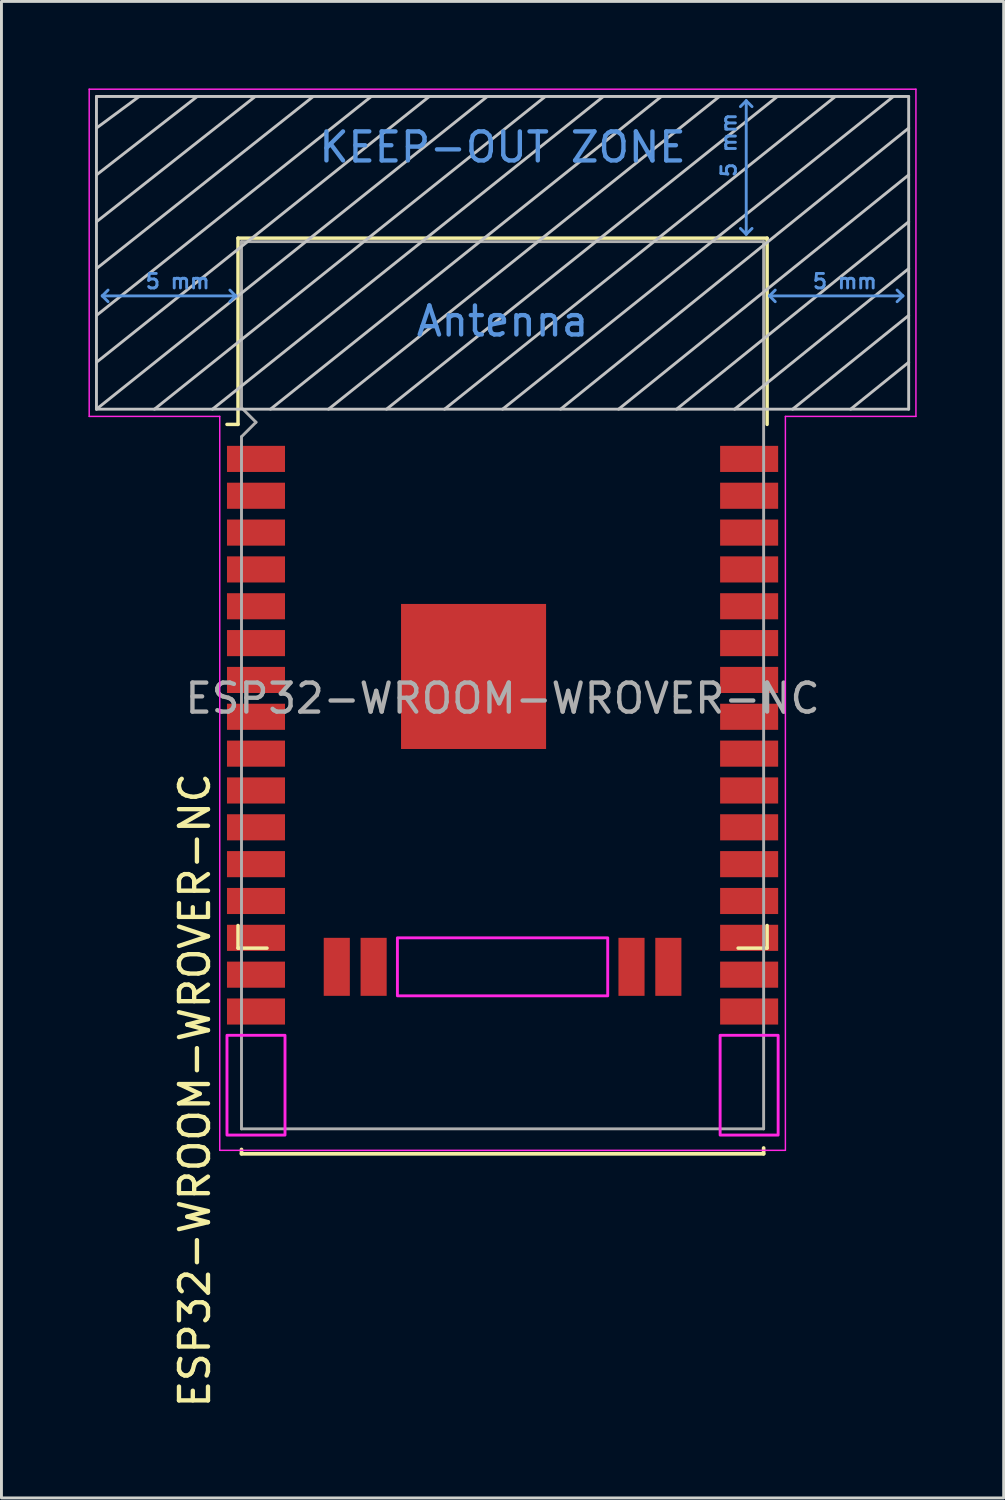
<source format=kicad_pcb>
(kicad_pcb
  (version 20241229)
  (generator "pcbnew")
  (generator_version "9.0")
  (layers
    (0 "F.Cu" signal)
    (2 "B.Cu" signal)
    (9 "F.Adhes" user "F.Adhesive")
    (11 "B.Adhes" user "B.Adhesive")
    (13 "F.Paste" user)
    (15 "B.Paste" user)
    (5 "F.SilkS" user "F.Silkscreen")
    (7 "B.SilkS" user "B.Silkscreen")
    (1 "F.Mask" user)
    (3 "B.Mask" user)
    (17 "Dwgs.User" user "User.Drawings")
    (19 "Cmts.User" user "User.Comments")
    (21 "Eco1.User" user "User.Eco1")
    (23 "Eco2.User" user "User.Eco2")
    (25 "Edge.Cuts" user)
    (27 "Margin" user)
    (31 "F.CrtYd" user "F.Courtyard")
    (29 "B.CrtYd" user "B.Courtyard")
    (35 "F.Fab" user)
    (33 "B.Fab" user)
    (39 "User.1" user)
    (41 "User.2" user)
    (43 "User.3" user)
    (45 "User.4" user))
  (footprint "ESP32-WROOM-WROVER-NC"
    (layer "F.Cu")
    (at 14.275 21.025)
    (property "Reference" "ESP32-WROOM-WROVER-NC" (at -10.61 13.51 90) (layer "F.SilkS") (effects (font (size 1 1) (thickness 0.15))))
    (attr smd)
    (fp_line (start -9.12 -15.865) (end -9.12 -9.445) (stroke (width 0.12) (type solid)) (layer "F.SilkS"))
    (fp_line (start -9.12 -15.865) (end 9.12 -15.865) (stroke (width 0.12) (type solid)) (layer "F.SilkS"))
    (fp_line (start -9.12 -9.445) (end -9.5 -9.445) (stroke (width 0.12) (type solid)) (layer "F.SilkS"))
    (fp_line (start -9.12 7.83) (end -9.12 8.61) (stroke (width 0.12) (type solid)) (layer "F.SilkS"))
    (fp_line (start -9.12 8.61) (end -8.12 8.61) (stroke (width 0.12) (type solid)) (layer "F.SilkS"))
    (fp_line (start -9 15.55) (end -9 15.7) (stroke (width 0.127) (type solid)) (layer "F.SilkS"))
    (fp_line (start -9 15.7) (end 9 15.7) (stroke (width 0.127) (type solid)) (layer "F.SilkS"))
    (fp_line (start 9 15.7) (end 9 15.5) (stroke (width 0.127) (type solid)) (layer "F.SilkS"))
    (fp_line (start 9.12 -15.865) (end 9.12 -9.445) (stroke (width 0.12) (type solid)) (layer "F.SilkS"))
    (fp_line (start 9.12 7.83) (end 9.12 8.61) (stroke (width 0.12) (type solid)) (layer "F.SilkS"))
    (fp_line (start 9.12 8.61) (end 8.12 8.61) (stroke (width 0.12) (type solid)) (layer "F.SilkS"))
    (fp_line (start -14 -9.97) (end -14 -20.75) (stroke (width 0.1) (type solid)) (layer "Dwgs.User"))
    (fp_line (start -12.525 -20.75) (end -14 -19.66) (stroke (width 0.1) (type solid)) (layer "Dwgs.User"))
    (fp_line (start -10.525 -20.75) (end -14 -18.045) (stroke (width 0.1) (type solid)) (layer "Dwgs.User"))
    (fp_line (start -8.525 -20.75) (end -14 -16.43) (stroke (width 0.1) (type solid)) (layer "Dwgs.User"))
    (fp_line (start -8 -9.97) (end 5.475 -20.75) (stroke (width 0.1) (type solid)) (layer "Dwgs.User"))
    (fp_line (start -6.525 -20.75) (end -14 -14.815) (stroke (width 0.1) (type solid)) (layer "Dwgs.User"))
    (fp_line (start -4.525 -20.75) (end -14 -13.2) (stroke (width 0.1) (type solid)) (layer "Dwgs.User"))
    (fp_line (start -2.525 -20.75) (end -14 -11.585) (stroke (width 0.1) (type solid)) (layer "Dwgs.User"))
    (fp_line (start -0.525 -20.75) (end -14 -9.97) (stroke (width 0.1) (type solid)) (layer "Dwgs.User"))
    (fp_line (start 1.475 -20.75) (end -12 -9.97) (stroke (width 0.1) (type solid)) (layer "Dwgs.User"))
    (fp_line (start 3.475 -20.75) (end -10 -9.97) (stroke (width 0.1) (type solid)) (layer "Dwgs.User"))
    (fp_line (start 7.475 -20.75) (end -6 -9.97) (stroke (width 0.1) (type solid)) (layer "Dwgs.User"))
    (fp_line (start 9.475 -20.75) (end -4 -9.97) (stroke (width 0.1) (type solid)) (layer "Dwgs.User"))
    (fp_line (start 11.475 -20.75) (end -2 -9.97) (stroke (width 0.1) (type solid)) (layer "Dwgs.User"))
    (fp_line (start 13.475 -20.75) (end 0 -9.97) (stroke (width 0.1) (type solid)) (layer "Dwgs.User"))
    (fp_line (start 14 -20.75) (end -14 -20.75) (stroke (width 0.1) (type solid)) (layer "Dwgs.User"))
    (fp_line (start 14 -19.66) (end 2 -9.97) (stroke (width 0.1) (type solid)) (layer "Dwgs.User"))
    (fp_line (start 14 -18.045) (end 4 -9.97) (stroke (width 0.1) (type solid)) (layer "Dwgs.User"))
    (fp_line (start 14 -16.43) (end 6 -9.97) (stroke (width 0.1) (type solid)) (layer "Dwgs.User"))
    (fp_line (start 14 -14.815) (end 8 -9.97) (stroke (width 0.1) (type solid)) (layer "Dwgs.User"))
    (fp_line (start 14 -13.2) (end 10 -9.97) (stroke (width 0.1) (type solid)) (layer "Dwgs.User"))
    (fp_line (start 14 -11.585) (end 12 -9.97) (stroke (width 0.1) (type solid)) (layer "Dwgs.User"))
    (fp_line (start 14 -9.97) (end -14 -9.97) (stroke (width 0.1) (type solid)) (layer "Dwgs.User"))
    (fp_line (start 14 -9.97) (end 14 -20.75) (stroke (width 0.1) (type solid)) (layer "Dwgs.User"))
    (fp_line (start -13.8 -13.875) (end -13.6 -14.075) (stroke (width 0.1) (type solid)) (layer "Cmts.User"))
    (fp_line (start -13.8 -13.875) (end -13.6 -13.675) (stroke (width 0.1) (type solid)) (layer "Cmts.User"))
    (fp_line (start -13.8 -13.875) (end -9.2 -13.875) (stroke (width 0.1) (type solid)) (layer "Cmts.User"))
    (fp_line (start -9.2 -13.875) (end -9.4 -14.075) (stroke (width 0.1) (type solid)) (layer "Cmts.User"))
    (fp_line (start -9.2 -13.875) (end -9.4 -13.675) (stroke (width 0.1) (type solid)) (layer "Cmts.User"))
    (fp_line (start 8.4 -20.6) (end 8.2 -20.4) (stroke (width 0.1) (type solid)) (layer "Cmts.User"))
    (fp_line (start 8.4 -20.6) (end 8.6 -20.4) (stroke (width 0.1) (type solid)) (layer "Cmts.User"))
    (fp_line (start 8.4 -16) (end 8.2 -16.2) (stroke (width 0.1) (type solid)) (layer "Cmts.User"))
    (fp_line (start 8.4 -16) (end 8.4 -20.6) (stroke (width 0.1) (type solid)) (layer "Cmts.User"))
    (fp_line (start 8.4 -16) (end 8.6 -16.2) (stroke (width 0.1) (type solid)) (layer "Cmts.User"))
    (fp_line (start 9.2 -13.875) (end 9.4 -14.075) (stroke (width 0.1) (type solid)) (layer "Cmts.User"))
    (fp_line (start 9.2 -13.875) (end 9.4 -13.675) (stroke (width 0.1) (type solid)) (layer "Cmts.User"))
    (fp_line (start 9.2 -13.875) (end 13.8 -13.875) (stroke (width 0.1) (type solid)) (layer "Cmts.User"))
    (fp_line (start 13.8 -13.875) (end 13.6 -14.075) (stroke (width 0.1) (type solid)) (layer "Cmts.User"))
    (fp_line (start 13.8 -13.875) (end 13.6 -13.675) (stroke (width 0.1) (type solid)) (layer "Cmts.User"))
    (fp_line (start -14.25 -21) (end -14.25 -9.72) (stroke (width 0.05) (type solid)) (layer "F.CrtYd"))
    (fp_line (start -14.25 -21) (end 14.25 -21) (stroke (width 0.05) (type solid)) (layer "F.CrtYd"))
    (fp_line (start -14.25 -9.72) (end -9.75 -9.72) (stroke (width 0.05) (type solid)) (layer "F.CrtYd"))
    (fp_line (start -9.75 15.58) (end -9.75 -9.72) (stroke (width 0.05) (type solid)) (layer "F.CrtYd"))
    (fp_line (start -9.75 15.58) (end 9.75 15.58) (stroke (width 0.05) (type solid)) (layer "F.CrtYd"))
    (fp_line (start 9.75 -9.72) (end 9.75 15.58) (stroke (width 0.05) (type solid)) (layer "F.CrtYd"))
    (fp_line (start 9.75 -9.72) (end 14.25 -9.72) (stroke (width 0.05) (type solid)) (layer "F.CrtYd"))
    (fp_line (start 14.25 -21) (end 14.25 -9.72) (stroke (width 0.05) (type solid)) (layer "F.CrtYd"))
    (fp_poly (pts (xy -7.5 15.055) (xy -9.5 15.055) (xy -9.5 11.615) (xy -7.5 11.615)) (stroke (width 0.1) (type solid)) (fill no) (layer "F.CrtYd"))
    (fp_poly (pts (xy 3.625 10.255) (xy -3.625 10.255) (xy -3.625 8.255) (xy 3.625 8.255)) (stroke (width 0.1) (type solid)) (fill no) (layer "F.CrtYd"))
    (fp_poly (pts (xy 9.5 15.055) (xy 7.5 15.055) (xy 7.5 11.615) (xy 9.5 11.615)) (stroke (width 0.1) (type solid)) (fill no) (layer "F.CrtYd"))
    (fp_line (start -9 -15.745) (end -9 -10.02) (stroke (width 0.1) (type solid)) (layer "F.Fab"))
    (fp_line (start -9 -15.745) (end 9 -15.745) (stroke (width 0.1) (type solid)) (layer "F.Fab"))
    (fp_line (start -9 -9.02) (end -9 14.84) (stroke (width 0.1) (type solid)) (layer "F.Fab"))
    (fp_line (start -9 -9.02) (end -8.5 -9.52) (stroke (width 0.1) (type solid)) (layer "F.Fab"))
    (fp_line (start -9 14.84) (end 9 14.84) (stroke (width 0.1) (type solid)) (layer "F.Fab"))
    (fp_line (start -8.5 -9.52) (end -9 -10.02) (stroke (width 0.1) (type solid)) (layer "F.Fab"))
    (fp_line (start 9 14.84) (end 9 -15.745) (stroke (width 0.1) (type solid)) (layer "F.Fab"))
    (fp_text user "Antenna" (at 0 -13 0) (layer "Cmts.User") (effects (font (size 1 1) (thickness 0.15))))
    (fp_text user "5 mm" (at 11.8 -14.375 0) (layer "Cmts.User") (effects (font (size 0.5 0.5) (thickness 0.1))))
    (fp_text user "5 mm" (at -11.2 -14.375 0) (layer "Cmts.User") (effects (font (size 0.5 0.5) (thickness 0.1))))
    (fp_text user "KEEP-OUT ZONE" (at 0 -19 0) (layer "Cmts.User") (effects (font (size 1 1) (thickness 0.15))))
    (fp_text user "5 mm" (at 7.8 -19.075 90) (layer "Cmts.User") (effects (font (size 0.5 0.5) (thickness 0.1))))
    (fp_text user "${REFERENCE}" (at 0 0 0) (layer "F.Fab") (effects (font (size 1 1) (thickness 0.15))))
    (pad "1" smd rect (at -8.5 -8.255) (size 2 0.9) (layers "F.Cu" "F.Mask" "F.Paste"))
    (pad "2" smd rect (at -8.5 -6.985) (size 2 0.9) (layers "F.Cu" "F.Mask" "F.Paste"))
    (pad "3" smd rect (at -8.5 -5.715) (size 2 0.9) (layers "F.Cu" "F.Mask" "F.Paste"))
    (pad "4" smd rect (at -8.5 -4.445) (size 2 0.9) (layers "F.Cu" "F.Mask" "F.Paste"))
    (pad "5" smd rect (at -8.5 -3.175) (size 2 0.9) (layers "F.Cu" "F.Mask" "F.Paste"))
    (pad "6" smd rect (at -8.5 -1.905) (size 2 0.9) (layers "F.Cu" "F.Mask" "F.Paste"))
    (pad "7" smd rect (at -8.5 -0.635) (size 2 0.9) (layers "F.Cu" "F.Mask" "F.Paste"))
    (pad "8" smd rect (at -8.5 0.635) (size 2 0.9) (layers "F.Cu" "F.Mask" "F.Paste"))
    (pad "9" smd rect (at -8.5 1.905) (size 2 0.9) (layers "F.Cu" "F.Mask" "F.Paste"))
    (pad "10" smd rect (at -8.5 3.175) (size 2 0.9) (layers "F.Cu" "F.Mask" "F.Paste"))
    (pad "11" smd rect (at -8.5 4.445) (size 2 0.9) (layers "F.Cu" "F.Mask" "F.Paste"))
    (pad "12" smd rect (at -8.5 5.715) (size 2 0.9) (layers "F.Cu" "F.Mask" "F.Paste"))
    (pad "13" smd rect (at -8.5 6.985) (size 2 0.9) (layers "F.Cu" "F.Mask" "F.Paste"))
    (pad "14" smd rect (at -8.5 8.255) (size 2 0.9) (layers "F.Cu" "F.Mask" "F.Paste"))
    (pad "15" smd rect (at -8.5 9.525) (size 2 0.9) (layers "F.Cu" "F.Mask" "F.Paste"))
    (pad "15" smd rect (at -5.715 9.255 90) (size 2 0.9) (layers "F.Cu" "F.Mask" "F.Paste"))
    (pad "16" smd rect (at -8.5 10.795) (size 2 0.9) (layers "F.Cu" "F.Mask" "F.Paste"))
    (pad "16" smd rect (at -4.445 9.255 90) (size 2 0.9) (layers "F.Cu" "F.Mask" "F.Paste"))
    (pad "23" smd rect (at 4.445 9.255 90) (size 2 0.9) (layers "F.Cu" "F.Mask" "F.Paste"))
    (pad "23" smd rect (at 8.5 10.795) (size 2 0.9) (layers "F.Cu" "F.Mask" "F.Paste"))
    (pad "24" smd rect (at 5.715 9.255 90) (size 2 0.9) (layers "F.Cu" "F.Mask" "F.Paste"))
    (pad "24" smd rect (at 8.5 9.525) (size 2 0.9) (layers "F.Cu" "F.Mask" "F.Paste"))
    (pad "25" smd rect (at 8.5 8.255) (size 2 0.9) (layers "F.Cu" "F.Mask" "F.Paste"))
    (pad "26" smd rect (at 8.5 6.985) (size 2 0.9) (layers "F.Cu" "F.Mask" "F.Paste"))
    (pad "27" smd rect (at 8.5 5.715) (size 2 0.9) (layers "F.Cu" "F.Mask" "F.Paste"))
    (pad "28" smd rect (at 8.5 4.445) (size 2 0.9) (layers "F.Cu" "F.Mask" "F.Paste"))
    (pad "29" smd rect (at 8.5 3.175) (size 2 0.9) (layers "F.Cu" "F.Mask" "F.Paste"))
    (pad "30" smd rect (at 8.5 1.905) (size 2 0.9) (layers "F.Cu" "F.Mask" "F.Paste"))
    (pad "31" smd rect (at 8.5 0.635) (size 2 0.9) (layers "F.Cu" "F.Mask" "F.Paste"))
    (pad "32" smd rect (at 8.5 -0.635) (size 2 0.9) (layers "F.Cu" "F.Mask" "F.Paste"))
    (pad "33" smd rect (at 8.5 -1.905) (size 2 0.9) (layers "F.Cu" "F.Mask" "F.Paste"))
    (pad "34" smd rect (at 8.5 -3.175) (size 2 0.9) (layers "F.Cu" "F.Mask" "F.Paste"))
    (pad "35" smd rect (at 8.5 -4.445) (size 2 0.9) (layers "F.Cu" "F.Mask" "F.Paste"))
    (pad "36" smd rect (at 8.5 -5.715) (size 2 0.9) (layers "F.Cu" "F.Mask" "F.Paste"))
    (pad "37" smd rect (at 8.5 -6.985) (size 2 0.9) (layers "F.Cu" "F.Mask" "F.Paste"))
    (pad "38" smd rect (at 8.5 -8.255) (size 2 0.9) (layers "F.Cu" "F.Mask" "F.Paste"))
    (pad "39" smd rect (at -1 -0.755) (size 5 5) (layers "F.Cu" "F.Mask" "F.Paste")))
  (gr_rect
    (start -3 -3)
    (end 31.55 48.589)
    (stroke (width 0.1) (type default))
    (fill no)
    (layer "Edge.Cuts")))
</source>
